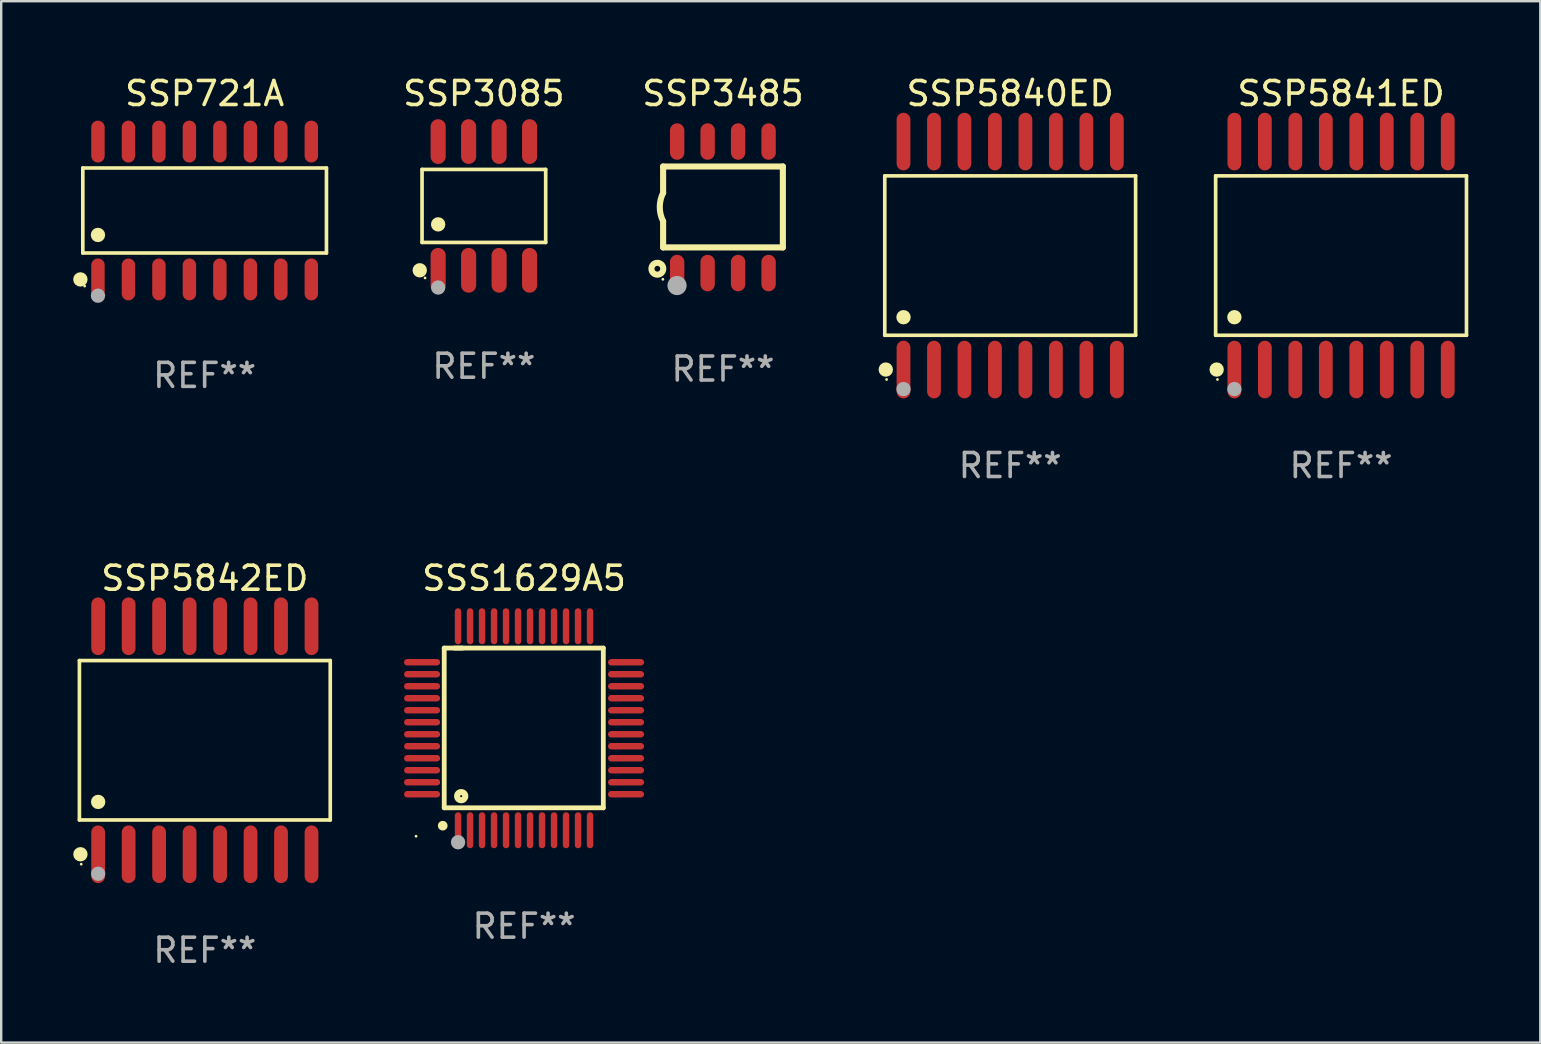
<source format=kicad_pcb>
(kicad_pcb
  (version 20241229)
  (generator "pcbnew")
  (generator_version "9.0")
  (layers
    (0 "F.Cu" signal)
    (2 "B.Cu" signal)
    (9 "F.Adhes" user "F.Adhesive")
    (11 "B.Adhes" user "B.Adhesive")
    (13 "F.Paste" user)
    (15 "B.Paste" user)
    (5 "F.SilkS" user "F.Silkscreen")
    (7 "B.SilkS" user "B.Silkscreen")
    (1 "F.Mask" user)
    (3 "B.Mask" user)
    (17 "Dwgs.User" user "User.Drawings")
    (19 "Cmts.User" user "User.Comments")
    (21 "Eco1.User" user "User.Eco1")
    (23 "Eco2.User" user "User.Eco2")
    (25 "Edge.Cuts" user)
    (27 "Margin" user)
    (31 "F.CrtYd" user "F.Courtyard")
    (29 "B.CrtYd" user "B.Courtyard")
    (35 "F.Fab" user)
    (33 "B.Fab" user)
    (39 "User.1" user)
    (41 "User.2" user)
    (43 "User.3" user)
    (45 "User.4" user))
  (footprint "SSP5841ED"
    (layer "F.Cu")
    (at 52.83 7.599)
    (property "Reference" "SSP5841ED" (at 0 -6.75 0) (layer "F.SilkS") (effects (font (size 1 1) (thickness 0.15))))
    (attr through_hole)
    (fp_line (start -5.226 -3.321) (end 5.226 -3.321) (stroke (width 0.152) (type solid)) (layer "F.SilkS"))
    (fp_line (start -5.226 3.321) (end -5.226 -3.321) (stroke (width 0.152) (type solid)) (layer "F.SilkS"))
    (fp_line (start 5.226 -3.321) (end 5.226 3.321) (stroke (width 0.152) (type solid)) (layer "F.SilkS"))
    (fp_line (start 5.226 3.321) (end -5.226 3.321) (stroke (width 0.152) (type solid)) (layer "F.SilkS"))
    (fp_circle (center -5.184 4.75) (end -5.034 4.75) (stroke (width 0.3) (type solid)) (fill no) (layer "F.SilkS"))
    (fp_circle (center -5.15 5.163) (end -5.12 5.163) (stroke (width 0.06) (type solid)) (fill no) (layer "F.SilkS"))
    (fp_circle (center -4.445 2.569) (end -4.295 2.569) (stroke (width 0.3) (type solid)) (fill no) (layer "F.SilkS"))
    (fp_circle (center -4.445 5.563) (end -4.295 5.563) (stroke (width 0.3) (type solid)) (fill no) (layer "F.Fab"))
    (fp_text user "REF**" (at 0 8.75 0) (layer "F.Fab") (effects (font (size 1 1) (thickness 0.15))))
    (pad "1" smd oval (at -4.445 4.75) (size 0.574 2.401) (layers "F.Cu" "F.Mask" "F.Paste"))
    (pad "2" smd oval (at -3.175 4.75) (size 0.574 2.401) (layers "F.Cu" "F.Mask" "F.Paste"))
    (pad "3" smd oval (at -1.905 4.75) (size 0.574 2.401) (layers "F.Cu" "F.Mask" "F.Paste"))
    (pad "4" smd oval (at -0.635 4.75) (size 0.574 2.401) (layers "F.Cu" "F.Mask" "F.Paste"))
    (pad "5" smd oval (at 0.635 4.75) (size 0.574 2.401) (layers "F.Cu" "F.Mask" "F.Paste"))
    (pad "6" smd oval (at 1.905 4.75) (size 0.574 2.401) (layers "F.Cu" "F.Mask" "F.Paste"))
    (pad "7" smd oval (at 3.175 4.75) (size 0.574 2.401) (layers "F.Cu" "F.Mask" "F.Paste"))
    (pad "8" smd oval (at 4.445 4.75) (size 0.574 2.401) (layers "F.Cu" "F.Mask" "F.Paste"))
    (pad "9" smd oval (at 4.445 -4.75) (size 0.574 2.401) (layers "F.Cu" "F.Mask" "F.Paste"))
    (pad "10" smd oval (at 3.175 -4.75) (size 0.574 2.401) (layers "F.Cu" "F.Mask" "F.Paste"))
    (pad "11" smd oval (at 1.905 -4.75) (size 0.574 2.401) (layers "F.Cu" "F.Mask" "F.Paste"))
    (pad "12" smd oval (at 0.635 -4.75) (size 0.574 2.401) (layers "F.Cu" "F.Mask" "F.Paste"))
    (pad "13" smd oval (at -0.635 -4.75) (size 0.574 2.401) (layers "F.Cu" "F.Mask" "F.Paste"))
    (pad "14" smd oval (at -1.905 -4.75) (size 0.574 2.401) (layers "F.Cu" "F.Mask" "F.Paste"))
    (pad "15" smd oval (at -3.175 -4.75) (size 0.574 2.401) (layers "F.Cu" "F.Mask" "F.Paste"))
    (pad "16" smd oval (at -4.445 -4.75) (size 0.574 2.401) (layers "F.Cu" "F.Mask" "F.Paste")))
  (footprint "SSP5840ED"
    (layer "F.Cu")
    (at 39.043 7.599)
    (property "Reference" "SSP5840ED" (at 0 -6.75 0) (layer "F.SilkS") (effects (font (size 1 1) (thickness 0.15))))
    (attr through_hole)
    (fp_line (start -5.226 -3.321) (end 5.226 -3.321) (stroke (width 0.152) (type solid)) (layer "F.SilkS"))
    (fp_line (start -5.226 3.321) (end -5.226 -3.321) (stroke (width 0.152) (type solid)) (layer "F.SilkS"))
    (fp_line (start 5.226 -3.321) (end 5.226 3.321) (stroke (width 0.152) (type solid)) (layer "F.SilkS"))
    (fp_line (start 5.226 3.321) (end -5.226 3.321) (stroke (width 0.152) (type solid)) (layer "F.SilkS"))
    (fp_circle (center -5.184 4.75) (end -5.034 4.75) (stroke (width 0.3) (type solid)) (fill no) (layer "F.SilkS"))
    (fp_circle (center -5.15 5.163) (end -5.12 5.163) (stroke (width 0.06) (type solid)) (fill no) (layer "F.SilkS"))
    (fp_circle (center -4.445 2.569) (end -4.295 2.569) (stroke (width 0.3) (type solid)) (fill no) (layer "F.SilkS"))
    (fp_circle (center -4.445 5.563) (end -4.295 5.563) (stroke (width 0.3) (type solid)) (fill no) (layer "F.Fab"))
    (fp_text user "REF**" (at 0 8.75 0) (layer "F.Fab") (effects (font (size 1 1) (thickness 0.15))))
    (pad "1" smd oval (at -4.445 4.75) (size 0.574 2.401) (layers "F.Cu" "F.Mask" "F.Paste"))
    (pad "2" smd oval (at -3.175 4.75) (size 0.574 2.401) (layers "F.Cu" "F.Mask" "F.Paste"))
    (pad "3" smd oval (at -1.905 4.75) (size 0.574 2.401) (layers "F.Cu" "F.Mask" "F.Paste"))
    (pad "4" smd oval (at -0.635 4.75) (size 0.574 2.401) (layers "F.Cu" "F.Mask" "F.Paste"))
    (pad "5" smd oval (at 0.635 4.75) (size 0.574 2.401) (layers "F.Cu" "F.Mask" "F.Paste"))
    (pad "6" smd oval (at 1.905 4.75) (size 0.574 2.401) (layers "F.Cu" "F.Mask" "F.Paste"))
    (pad "7" smd oval (at 3.175 4.75) (size 0.574 2.401) (layers "F.Cu" "F.Mask" "F.Paste"))
    (pad "8" smd oval (at 4.445 4.75) (size 0.574 2.401) (layers "F.Cu" "F.Mask" "F.Paste"))
    (pad "9" smd oval (at 4.445 -4.75) (size 0.574 2.401) (layers "F.Cu" "F.Mask" "F.Paste"))
    (pad "10" smd oval (at 3.175 -4.75) (size 0.574 2.401) (layers "F.Cu" "F.Mask" "F.Paste"))
    (pad "11" smd oval (at 1.905 -4.75) (size 0.574 2.401) (layers "F.Cu" "F.Mask" "F.Paste"))
    (pad "12" smd oval (at 0.635 -4.75) (size 0.574 2.401) (layers "F.Cu" "F.Mask" "F.Paste"))
    (pad "13" smd oval (at -0.635 -4.75) (size 0.574 2.401) (layers "F.Cu" "F.Mask" "F.Paste"))
    (pad "14" smd oval (at -1.905 -4.75) (size 0.574 2.401) (layers "F.Cu" "F.Mask" "F.Paste"))
    (pad "15" smd oval (at -3.175 -4.75) (size 0.574 2.401) (layers "F.Cu" "F.Mask" "F.Paste"))
    (pad "16" smd oval (at -4.445 -4.75) (size 0.574 2.401) (layers "F.Cu" "F.Mask" "F.Paste")))
  (footprint "SSP3085"
    (layer "F.Cu")
    (at 17.112 5.531)
    (property "Reference" "SSP3085" (at 0 -4.682 0) (layer "F.SilkS") (effects (font (size 1 1) (thickness 0.15))))
    (attr through_hole)
    (fp_line (start -2.576 -1.521) (end 2.576 -1.521) (stroke (width 0.152) (type solid)) (layer "F.SilkS"))
    (fp_line (start -2.576 1.521) (end -2.576 -1.521) (stroke (width 0.152) (type solid)) (layer "F.SilkS"))
    (fp_line (start 2.576 -1.521) (end 2.576 1.521) (stroke (width 0.152) (type solid)) (layer "F.SilkS"))
    (fp_line (start 2.576 1.521) (end -2.576 1.521) (stroke (width 0.152) (type solid)) (layer "F.SilkS"))
    (fp_circle (center -2.672 2.682) (end -2.522 2.682) (stroke (width 0.3) (type solid)) (fill no) (layer "F.SilkS"))
    (fp_circle (center -2.45 3) (end -2.42 3) (stroke (width 0.06) (type solid)) (fill no) (layer "F.SilkS"))
    (fp_circle (center -1.905 0.769) (end -1.755 0.769) (stroke (width 0.3) (type solid)) (fill no) (layer "F.SilkS"))
    (fp_circle (center -1.905 3.4) (end -1.755 3.4) (stroke (width 0.3) (type solid)) (fill no) (layer "F.Fab"))
    (fp_text user "REF**" (at 0 6.682 0) (layer "F.Fab") (effects (font (size 1 1) (thickness 0.15))))
    (pad "1" smd oval (at -1.905 2.682) (size 0.63 1.865) (layers "F.Cu" "F.Mask" "F.Paste"))
    (pad "2" smd oval (at -0.635 2.682) (size 0.63 1.865) (layers "F.Cu" "F.Mask" "F.Paste"))
    (pad "3" smd oval (at 0.635 2.682) (size 0.63 1.865) (layers "F.Cu" "F.Mask" "F.Paste"))
    (pad "4" smd oval (at 1.905 2.682) (size 0.63 1.865) (layers "F.Cu" "F.Mask" "F.Paste"))
    (pad "5" smd oval (at 1.905 -2.682) (size 0.63 1.865) (layers "F.Cu" "F.Mask" "F.Paste"))
    (pad "6" smd oval (at 0.635 -2.682) (size 0.63 1.865) (layers "F.Cu" "F.Mask" "F.Paste"))
    (pad "7" smd oval (at -0.635 -2.682) (size 0.63 1.865) (layers "F.Cu" "F.Mask" "F.Paste"))
    (pad "8" smd oval (at -1.905 -2.682) (size 0.63 1.865) (layers "F.Cu" "F.Mask" "F.Paste")))
  (footprint "SSS1629A5"
    (layer "F.Cu")
    (at 18.787 27.295)
    (property "Reference" "SSS1629A5" (at 0 -6.25 0) (layer "F.SilkS") (effects (font (size 1 1) (thickness 0.15))))
    (attr through_hole)
    (fp_line (start -3.327 -3.34) (end -2.565 -3.34) (stroke (width 0.2) (type solid)) (layer "F.SilkS"))
    (fp_line (start -3.327 3.315) (end -3.327 -3.34) (stroke (width 0.2) (type solid)) (layer "F.SilkS"))
    (fp_line (start -2.896 -3.34) (end 3.302 -3.34) (stroke (width 0.2) (type solid)) (layer "F.SilkS"))
    (fp_line (start 3.302 -3.34) (end 3.302 3.315) (stroke (width 0.2) (type solid)) (layer "F.SilkS"))
    (fp_line (start 3.302 3.315) (end -3.327 3.315) (stroke (width 0.2) (type solid)) (layer "F.SilkS"))
    (fp_arc (start -3.389992 4.059995) (mid -3.388722 4.059991) (end -3.387452 4.059995) (stroke (width 0.4) (type solid)) (layer "F.SilkS"))
    (fp_circle (center -4.5 4.5) (end -4.47 4.5) (stroke (width 0.06) (type solid)) (fill no) (layer "F.SilkS"))
    (fp_circle (center -2.62 2.83) (end -2.45 2.83) (stroke (width 0.254) (type solid)) (fill no) (layer "F.SilkS"))
    (fp_circle (center -2.75 4.75) (end -2.6 4.75) (stroke (width 0.3) (type solid)) (fill no) (layer "F.Fab"))
    (fp_text user "REF**" (at 0 8.25 0) (layer "F.Fab") (effects (font (size 1 1) (thickness 0.15))))
    (pad "1" smd oval (at -2.75 4.25) (size 0.27 1.5) (layers "F.Cu" "F.Mask" "F.Paste"))
    (pad "2" smd oval (at -2.25 4.25) (size 0.27 1.5) (layers "F.Cu" "F.Mask" "F.Paste"))
    (pad "3" smd oval (at -1.75 4.25) (size 0.27 1.5) (layers "F.Cu" "F.Mask" "F.Paste"))
    (pad "4" smd oval (at -1.25 4.25) (size 0.27 1.5) (layers "F.Cu" "F.Mask" "F.Paste"))
    (pad "5" smd oval (at -0.75 4.25) (size 0.27 1.5) (layers "F.Cu" "F.Mask" "F.Paste"))
    (pad "6" smd oval (at -0.25 4.25) (size 0.27 1.5) (layers "F.Cu" "F.Mask" "F.Paste"))
    (pad "7" smd oval (at 0.25 4.25) (size 0.27 1.5) (layers "F.Cu" "F.Mask" "F.Paste"))
    (pad "8" smd oval (at 0.75 4.25) (size 0.27 1.5) (layers "F.Cu" "F.Mask" "F.Paste"))
    (pad "9" smd oval (at 1.25 4.25) (size 0.27 1.5) (layers "F.Cu" "F.Mask" "F.Paste"))
    (pad "10" smd oval (at 1.75 4.25) (size 0.27 1.5) (layers "F.Cu" "F.Mask" "F.Paste"))
    (pad "11" smd oval (at 2.25 4.25) (size 0.27 1.5) (layers "F.Cu" "F.Mask" "F.Paste"))
    (pad "12" smd oval (at 2.75 4.25) (size 0.27 1.5) (layers "F.Cu" "F.Mask" "F.Paste"))
    (pad "13" smd oval (at 4.25 2.75) (size 1.5 0.27) (layers "F.Cu" "F.Mask" "F.Paste"))
    (pad "14" smd oval (at 4.25 2.25) (size 1.5 0.27) (layers "F.Cu" "F.Mask" "F.Paste"))
    (pad "15" smd oval (at 4.25 1.75) (size 1.5 0.27) (layers "F.Cu" "F.Mask" "F.Paste"))
    (pad "16" smd oval (at 4.25 1.25) (size 1.5 0.27) (layers "F.Cu" "F.Mask" "F.Paste"))
    (pad "17" smd oval (at 4.25 0.75) (size 1.5 0.27) (layers "F.Cu" "F.Mask" "F.Paste"))
    (pad "18" smd oval (at 4.25 0.25) (size 1.5 0.27) (layers "F.Cu" "F.Mask" "F.Paste"))
    (pad "19" smd oval (at 4.25 -0.25) (size 1.5 0.27) (layers "F.Cu" "F.Mask" "F.Paste"))
    (pad "20" smd oval (at 4.25 -0.75) (size 1.5 0.27) (layers "F.Cu" "F.Mask" "F.Paste"))
    (pad "21" smd oval (at 4.25 -1.25) (size 1.5 0.27) (layers "F.Cu" "F.Mask" "F.Paste"))
    (pad "22" smd oval (at 4.25 -1.75) (size 1.5 0.27) (layers "F.Cu" "F.Mask" "F.Paste"))
    (pad "23" smd oval (at 4.25 -2.25) (size 1.5 0.27) (layers "F.Cu" "F.Mask" "F.Paste"))
    (pad "24" smd oval (at 4.25 -2.75) (size 1.5 0.27) (layers "F.Cu" "F.Mask" "F.Paste"))
    (pad "25" smd oval (at 2.75 -4.25) (size 0.27 1.5) (layers "F.Cu" "F.Mask" "F.Paste"))
    (pad "26" smd oval (at 2.25 -4.25) (size 0.27 1.5) (layers "F.Cu" "F.Mask" "F.Paste"))
    (pad "27" smd oval (at 1.75 -4.25) (size 0.27 1.5) (layers "F.Cu" "F.Mask" "F.Paste"))
    (pad "28" smd oval (at 1.25 -4.25) (size 0.27 1.5) (layers "F.Cu" "F.Mask" "F.Paste"))
    (pad "29" smd oval (at 0.75 -4.25) (size 0.27 1.5) (layers "F.Cu" "F.Mask" "F.Paste"))
    (pad "30" smd oval (at 0.25 -4.25) (size 0.27 1.5) (layers "F.Cu" "F.Mask" "F.Paste"))
    (pad "31" smd oval (at -0.25 -4.25) (size 0.27 1.5) (layers "F.Cu" "F.Mask" "F.Paste"))
    (pad "32" smd oval (at -0.75 -4.25) (size 0.27 1.5) (layers "F.Cu" "F.Mask" "F.Paste"))
    (pad "33" smd oval (at -1.25 -4.25) (size 0.27 1.5) (layers "F.Cu" "F.Mask" "F.Paste"))
    (pad "34" smd oval (at -1.75 -4.25) (size 0.27 1.5) (layers "F.Cu" "F.Mask" "F.Paste"))
    (pad "35" smd oval (at -2.25 -4.25) (size 0.27 1.5) (layers "F.Cu" "F.Mask" "F.Paste"))
    (pad "36" smd oval (at -2.75 -4.25) (size 0.27 1.5) (layers "F.Cu" "F.Mask" "F.Paste"))
    (pad "37" smd oval (at -4.25 -2.75) (size 1.5 0.27) (layers "F.Cu" "F.Mask" "F.Paste"))
    (pad "38" smd oval (at -4.25 -2.25) (size 1.5 0.27) (layers "F.Cu" "F.Mask" "F.Paste"))
    (pad "39" smd oval (at -4.25 -1.75) (size 1.5 0.27) (layers "F.Cu" "F.Mask" "F.Paste"))
    (pad "40" smd oval (at -4.25 -1.25) (size 1.5 0.27) (layers "F.Cu" "F.Mask" "F.Paste"))
    (pad "41" smd oval (at -4.25 -0.75) (size 1.5 0.27) (layers "F.Cu" "F.Mask" "F.Paste"))
    (pad "42" smd oval (at -4.25 -0.25) (size 1.5 0.27) (layers "F.Cu" "F.Mask" "F.Paste"))
    (pad "43" smd oval (at -4.25 0.25) (size 1.5 0.27) (layers "F.Cu" "F.Mask" "F.Paste"))
    (pad "44" smd oval (at -4.25 0.75) (size 1.5 0.27) (layers "F.Cu" "F.Mask" "F.Paste"))
    (pad "45" smd oval (at -4.25 1.25) (size 1.5 0.27) (layers "F.Cu" "F.Mask" "F.Paste"))
    (pad "46" smd oval (at -4.25 1.75) (size 1.5 0.27) (layers "F.Cu" "F.Mask" "F.Paste"))
    (pad "47" smd oval (at -4.25 2.25) (size 1.5 0.27) (layers "F.Cu" "F.Mask" "F.Paste"))
    (pad "48" smd oval (at -4.25 2.75) (size 1.5 0.27) (layers "F.Cu" "F.Mask" "F.Paste")))
  (footprint "SSP3485"
    (layer "F.Cu")
    (at 27.076 5.588)
    (property "Reference" "SSP3485" (at 0 -4.74 0) (layer "F.SilkS") (effects (font (size 1 1) (thickness 0.15))))
    (attr through_hole)
    (fp_line (start -2.495 -1.7) (end 2.495 -1.7) (stroke (width 0.254) (type solid)) (layer "F.SilkS"))
    (fp_line (start -2.495 -0.6) (end -2.495 -1.7) (stroke (width 0.254) (type solid)) (layer "F.SilkS"))
    (fp_line (start -2.495 1.671) (end -2.495 0.58) (stroke (width 0.254) (type solid)) (layer "F.SilkS"))
    (fp_line (start 2.495 -1.7) (end 2.495 1.671) (stroke (width 0.254) (type solid)) (layer "F.SilkS"))
    (fp_line (start 2.495 1.671) (end -2.495 1.671) (stroke (width 0.254) (type solid)) (layer "F.SilkS"))
    (fp_arc (start -2.495009 0.58001) (mid -2.634112 -0.009995) (end -2.495009 -0.6) (stroke (width 0.254001) (type solid)) (layer "F.SilkS"))
    (fp_circle (center -2.735 2.56) (end -2.615 2.56) (stroke (width 0.254) (type solid)) (fill no) (layer "F.SilkS"))
    (fp_circle (center -2.505 3) (end -2.475 3) (stroke (width 0.06) (type solid)) (fill no) (layer "F.SilkS"))
    (fp_circle (center -1.915 3.26) (end -1.715 3.26) (stroke (width 0.4) (type solid)) (fill no) (layer "F.Fab"))
    (fp_text user "REF**" (at 0 6.74 0) (layer "F.Fab") (effects (font (size 1 1) (thickness 0.15))))
    (pad "1" smd oval (at -1.91 2.74) (size 0.6 1.52) (layers "F.Cu" "F.Mask" "F.Paste"))
    (pad "2" smd oval (at -0.64 2.74) (size 0.6 1.52) (layers "F.Cu" "F.Mask" "F.Paste"))
    (pad "3" smd oval (at 0.63 2.74) (size 0.6 1.52) (layers "F.Cu" "F.Mask" "F.Paste"))
    (pad "4" smd oval (at 1.9 2.74) (size 0.6 1.52) (layers "F.Cu" "F.Mask" "F.Paste"))
    (pad "5" smd oval (at 1.9 -2.74) (size 0.6 1.52) (layers "F.Cu" "F.Mask" "F.Paste"))
    (pad "6" smd oval (at 0.63 -2.74) (size 0.6 1.52) (layers "F.Cu" "F.Mask" "F.Paste"))
    (pad "7" smd oval (at -0.64 -2.74) (size 0.6 1.52) (layers "F.Cu" "F.Mask" "F.Paste"))
    (pad "8" smd oval (at -1.91 -2.74) (size 0.6 1.52) (layers "F.Cu" "F.Mask" "F.Paste")))
  (footprint "SSP5842ED"
    (layer "F.Cu")
    (at 5.485 27.796)
    (property "Reference" "SSP5842ED" (at 0 -6.75 0) (layer "F.SilkS") (effects (font (size 1 1) (thickness 0.15))))
    (attr through_hole)
    (fp_line (start -5.226 -3.321) (end 5.226 -3.321) (stroke (width 0.152) (type solid)) (layer "F.SilkS"))
    (fp_line (start -5.226 3.321) (end -5.226 -3.321) (stroke (width 0.152) (type solid)) (layer "F.SilkS"))
    (fp_line (start 5.226 -3.321) (end 5.226 3.321) (stroke (width 0.152) (type solid)) (layer "F.SilkS"))
    (fp_line (start 5.226 3.321) (end -5.226 3.321) (stroke (width 0.152) (type solid)) (layer "F.SilkS"))
    (fp_circle (center -5.184 4.75) (end -5.034 4.75) (stroke (width 0.3) (type solid)) (fill no) (layer "F.SilkS"))
    (fp_circle (center -5.15 5.163) (end -5.12 5.163) (stroke (width 0.06) (type solid)) (fill no) (layer "F.SilkS"))
    (fp_circle (center -4.445 2.569) (end -4.295 2.569) (stroke (width 0.3) (type solid)) (fill no) (layer "F.SilkS"))
    (fp_circle (center -4.445 5.563) (end -4.295 5.563) (stroke (width 0.3) (type solid)) (fill no) (layer "F.Fab"))
    (fp_text user "REF**" (at 0 8.75 0) (layer "F.Fab") (effects (font (size 1 1) (thickness 0.15))))
    (pad "1" smd oval (at -4.445 4.75) (size 0.574 2.401) (layers "F.Cu" "F.Mask" "F.Paste"))
    (pad "2" smd oval (at -3.175 4.75) (size 0.574 2.401) (layers "F.Cu" "F.Mask" "F.Paste"))
    (pad "3" smd oval (at -1.905 4.75) (size 0.574 2.401) (layers "F.Cu" "F.Mask" "F.Paste"))
    (pad "4" smd oval (at -0.635 4.75) (size 0.574 2.401) (layers "F.Cu" "F.Mask" "F.Paste"))
    (pad "5" smd oval (at 0.635 4.75) (size 0.574 2.401) (layers "F.Cu" "F.Mask" "F.Paste"))
    (pad "6" smd oval (at 1.905 4.75) (size 0.574 2.401) (layers "F.Cu" "F.Mask" "F.Paste"))
    (pad "7" smd oval (at 3.175 4.75) (size 0.574 2.401) (layers "F.Cu" "F.Mask" "F.Paste"))
    (pad "8" smd oval (at 4.445 4.75) (size 0.574 2.401) (layers "F.Cu" "F.Mask" "F.Paste"))
    (pad "9" smd oval (at 4.445 -4.75) (size 0.574 2.401) (layers "F.Cu" "F.Mask" "F.Paste"))
    (pad "10" smd oval (at 3.175 -4.75) (size 0.574 2.401) (layers "F.Cu" "F.Mask" "F.Paste"))
    (pad "11" smd oval (at 1.905 -4.75) (size 0.574 2.401) (layers "F.Cu" "F.Mask" "F.Paste"))
    (pad "12" smd oval (at 0.635 -4.75) (size 0.574 2.401) (layers "F.Cu" "F.Mask" "F.Paste"))
    (pad "13" smd oval (at -0.635 -4.75) (size 0.574 2.401) (layers "F.Cu" "F.Mask" "F.Paste"))
    (pad "14" smd oval (at -1.905 -4.75) (size 0.574 2.401) (layers "F.Cu" "F.Mask" "F.Paste"))
    (pad "15" smd oval (at -3.175 -4.75) (size 0.574 2.401) (layers "F.Cu" "F.Mask" "F.Paste"))
    (pad "16" smd oval (at -4.445 -4.75) (size 0.574 2.401) (layers "F.Cu" "F.Mask" "F.Paste")))
  (footprint "SSP721A"
    (layer "F.Cu")
    (at 5.477 5.721)
    (property "Reference" "SSP721A" (at 0 -4.872 0) (layer "F.SilkS") (effects (font (size 1 1) (thickness 0.15))))
    (attr through_hole)
    (fp_line (start -5.076 -1.771) (end 5.076 -1.771) (stroke (width 0.152) (type solid)) (layer "F.SilkS"))
    (fp_line (start -5.076 1.771) (end -5.076 -1.771) (stroke (width 0.152) (type solid)) (layer "F.SilkS"))
    (fp_line (start 5.076 -1.771) (end 5.076 1.771) (stroke (width 0.152) (type solid)) (layer "F.SilkS"))
    (fp_line (start 5.076 1.771) (end -5.076 1.771) (stroke (width 0.152) (type solid)) (layer "F.SilkS"))
    (fp_circle (center -5.177 2.872) (end -5.027 2.872) (stroke (width 0.3) (type solid)) (fill no) (layer "F.SilkS"))
    (fp_circle (center -5 3.15) (end -4.97 3.15) (stroke (width 0.06) (type solid)) (fill no) (layer "F.SilkS"))
    (fp_circle (center -4.445 1.019) (end -4.295 1.019) (stroke (width 0.3) (type solid)) (fill no) (layer "F.SilkS"))
    (fp_circle (center -4.445 3.55) (end -4.295 3.55) (stroke (width 0.3) (type solid)) (fill no) (layer "F.Fab"))
    (fp_text user "REF**" (at 0 6.872 0) (layer "F.Fab") (effects (font (size 1 1) (thickness 0.15))))
    (pad "1" smd oval (at -4.445 2.872) (size 0.56 1.745) (layers "F.Cu" "F.Mask" "F.Paste"))
    (pad "2" smd oval (at -3.175 2.872) (size 0.56 1.745) (layers "F.Cu" "F.Mask" "F.Paste"))
    (pad "3" smd oval (at -1.905 2.872) (size 0.56 1.745) (layers "F.Cu" "F.Mask" "F.Paste"))
    (pad "4" smd oval (at -0.635 2.872) (size 0.56 1.745) (layers "F.Cu" "F.Mask" "F.Paste"))
    (pad "5" smd oval (at 0.635 2.872) (size 0.56 1.745) (layers "F.Cu" "F.Mask" "F.Paste"))
    (pad "6" smd oval (at 1.905 2.872) (size 0.56 1.745) (layers "F.Cu" "F.Mask" "F.Paste"))
    (pad "7" smd oval (at 3.175 2.872) (size 0.56 1.745) (layers "F.Cu" "F.Mask" "F.Paste"))
    (pad "8" smd oval (at 4.445 2.872) (size 0.56 1.745) (layers "F.Cu" "F.Mask" "F.Paste"))
    (pad "9" smd oval (at 4.445 -2.872) (size 0.56 1.745) (layers "F.Cu" "F.Mask" "F.Paste"))
    (pad "10" smd oval (at 3.175 -2.872) (size 0.56 1.745) (layers "F.Cu" "F.Mask" "F.Paste"))
    (pad "11" smd oval (at 1.905 -2.872) (size 0.56 1.745) (layers "F.Cu" "F.Mask" "F.Paste"))
    (pad "12" smd oval (at 0.635 -2.872) (size 0.56 1.745) (layers "F.Cu" "F.Mask" "F.Paste"))
    (pad "13" smd oval (at -0.635 -2.872) (size 0.56 1.745) (layers "F.Cu" "F.Mask" "F.Paste"))
    (pad "14" smd oval (at -1.905 -2.872) (size 0.56 1.745) (layers "F.Cu" "F.Mask" "F.Paste"))
    (pad "15" smd oval (at -3.175 -2.872) (size 0.56 1.745) (layers "F.Cu" "F.Mask" "F.Paste"))
    (pad "16" smd oval (at -4.445 -2.872) (size 0.56 1.745) (layers "F.Cu" "F.Mask" "F.Paste")))
  (gr_rect
    (start -3 -3)
    (end 61.132 40.394)
    (stroke (width 0.1) (type default))
    (fill no)
    (layer "Edge.Cuts")))
</source>
